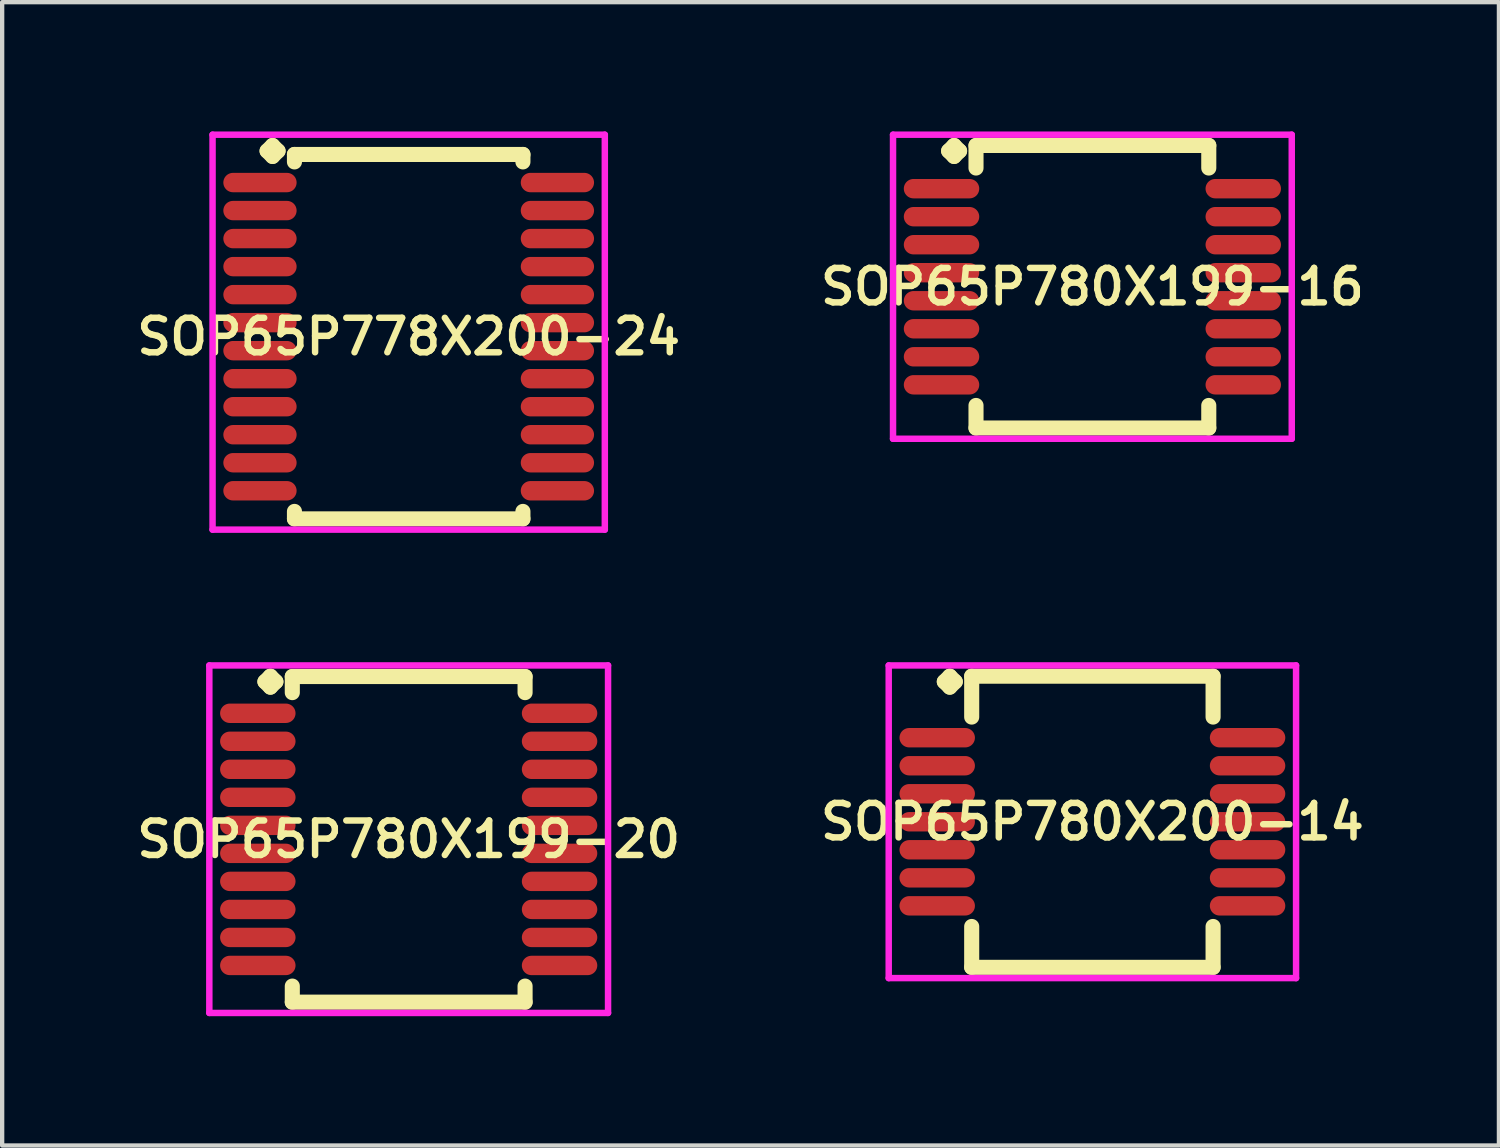
<source format=kicad_pcb>
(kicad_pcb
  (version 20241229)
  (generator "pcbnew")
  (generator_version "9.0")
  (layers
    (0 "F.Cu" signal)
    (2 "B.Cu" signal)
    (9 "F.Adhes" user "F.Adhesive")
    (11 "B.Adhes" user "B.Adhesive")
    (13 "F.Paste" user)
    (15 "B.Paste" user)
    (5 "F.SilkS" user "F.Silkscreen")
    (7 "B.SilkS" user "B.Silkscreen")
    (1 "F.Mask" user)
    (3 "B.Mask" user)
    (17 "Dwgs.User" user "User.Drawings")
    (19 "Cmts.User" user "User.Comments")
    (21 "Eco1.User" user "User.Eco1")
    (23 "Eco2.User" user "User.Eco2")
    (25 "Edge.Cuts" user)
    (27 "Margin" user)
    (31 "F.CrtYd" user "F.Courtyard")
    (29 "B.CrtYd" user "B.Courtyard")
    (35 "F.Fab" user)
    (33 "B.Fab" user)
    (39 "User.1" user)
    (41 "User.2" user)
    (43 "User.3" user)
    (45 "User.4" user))
  (footprint "SOP65P780X199-20"
    (layer "F.Cu")
    (at 6.431 16.422)
    (property "Reference" "SOP65P780X199-20" (at 0 0 0) (layer "F.SilkS") (effects (font (size 0.8 0.8) (thickness 0.15))))
    (attr smd)
    (fp_line (start -3.335 -3.658) (end -3.208 -3.785) (stroke (width 0.35) (type solid)) (layer "F.SilkS"))
    (fp_line (start -3.208 -3.785) (end -3.081 -3.658) (stroke (width 0.35) (type solid)) (layer "F.SilkS"))
    (fp_line (start -3.208 -3.531) (end -3.335 -3.658) (stroke (width 0.35) (type solid)) (layer "F.SilkS"))
    (fp_line (start -3.081 -3.658) (end -3.208 -3.531) (stroke (width 0.35) (type solid)) (layer "F.SilkS"))
    (fp_line (start -2.7 -3.777) (end 2.7 -3.777) (stroke (width 0.35) (type solid)) (layer "F.SilkS"))
    (fp_line (start -2.7 -3.404) (end -2.7 -3.777) (stroke (width 0.35) (type solid)) (layer "F.SilkS"))
    (fp_line (start -2.7 3.404) (end -2.7 3.777) (stroke (width 0.35) (type solid)) (layer "F.SilkS"))
    (fp_line (start -2.7 3.777) (end 2.7 3.777) (stroke (width 0.35) (type solid)) (layer "F.SilkS"))
    (fp_line (start 2.7 -3.777) (end 2.7 -3.404) (stroke (width 0.35) (type solid)) (layer "F.SilkS"))
    (fp_line (start 2.7 3.777) (end 2.7 3.404) (stroke (width 0.35) (type solid)) (layer "F.SilkS"))
    (fp_line (start -4.625 -4.035) (end 4.625 -4.035) (stroke (width 0.15) (type solid)) (layer "F.CrtYd"))
    (fp_line (start -4.625 4.027) (end -4.625 -4.035) (stroke (width 0.15) (type solid)) (layer "F.CrtYd"))
    (fp_line (start 4.625 -4.035) (end 4.625 4.027) (stroke (width 0.15) (type solid)) (layer "F.CrtYd"))
    (fp_line (start 4.625 4.027) (end -4.625 4.027) (stroke (width 0.15) (type solid)) (layer "F.CrtYd"))
    (pad "1" smd oval (at -3.5 -2.925) (size 1.75 0.45) (layers "F.Cu" "F.Mask" "F.Paste"))
    (pad "2" smd oval (at -3.5 -2.275) (size 1.75 0.45) (layers "F.Cu" "F.Mask" "F.Paste"))
    (pad "3" smd oval (at -3.5 -1.625) (size 1.75 0.45) (layers "F.Cu" "F.Mask" "F.Paste"))
    (pad "4" smd oval (at -3.5 -0.975) (size 1.75 0.45) (layers "F.Cu" "F.Mask" "F.Paste"))
    (pad "5" smd oval (at -3.5 -0.325) (size 1.75 0.45) (layers "F.Cu" "F.Mask" "F.Paste"))
    (pad "6" smd oval (at -3.5 0.325) (size 1.75 0.45) (layers "F.Cu" "F.Mask" "F.Paste"))
    (pad "7" smd oval (at -3.5 0.975) (size 1.75 0.45) (layers "F.Cu" "F.Mask" "F.Paste"))
    (pad "8" smd oval (at -3.5 1.625) (size 1.75 0.45) (layers "F.Cu" "F.Mask" "F.Paste"))
    (pad "9" smd oval (at -3.5 2.275) (size 1.75 0.45) (layers "F.Cu" "F.Mask" "F.Paste"))
    (pad "10" smd oval (at -3.5 2.925) (size 1.75 0.45) (layers "F.Cu" "F.Mask" "F.Paste"))
    (pad "11" smd oval (at 3.5 2.925) (size 1.75 0.45) (layers "F.Cu" "F.Mask" "F.Paste"))
    (pad "12" smd oval (at 3.5 2.275) (size 1.75 0.45) (layers "F.Cu" "F.Mask" "F.Paste"))
    (pad "13" smd oval (at 3.5 1.625) (size 1.75 0.45) (layers "F.Cu" "F.Mask" "F.Paste"))
    (pad "14" smd oval (at 3.5 0.975) (size 1.75 0.45) (layers "F.Cu" "F.Mask" "F.Paste"))
    (pad "15" smd oval (at 3.5 0.325) (size 1.75 0.45) (layers "F.Cu" "F.Mask" "F.Paste"))
    (pad "16" smd oval (at 3.5 -0.325) (size 1.75 0.45) (layers "F.Cu" "F.Mask" "F.Paste"))
    (pad "17" smd oval (at 3.5 -0.975) (size 1.75 0.45) (layers "F.Cu" "F.Mask" "F.Paste"))
    (pad "18" smd oval (at 3.5 -1.625) (size 1.75 0.45) (layers "F.Cu" "F.Mask" "F.Paste"))
    (pad "19" smd oval (at 3.5 -2.275) (size 1.75 0.45) (layers "F.Cu" "F.Mask" "F.Paste"))
    (pad "20" smd oval (at 3.5 -2.925) (size 1.75 0.45) (layers "F.Cu" "F.Mask" "F.Paste")))
  (footprint "SOP65P780X200-14"
    (layer "F.Cu")
    (at 22.292 16.014)
    (property "Reference" "SOP65P780X200-14" (at 0 0 0) (layer "F.SilkS") (effects (font (size 0.8 0.8) (thickness 0.15))))
    (attr through_hole)
    (fp_line (start -3.435 -3.25) (end -3.308 -3.377) (stroke (width 0.35) (type solid)) (layer "F.SilkS"))
    (fp_line (start -3.308 -3.377) (end -3.181 -3.25) (stroke (width 0.35) (type solid)) (layer "F.SilkS"))
    (fp_line (start -3.308 -3.123) (end -3.435 -3.25) (stroke (width 0.35) (type solid)) (layer "F.SilkS"))
    (fp_line (start -3.181 -3.25) (end -3.308 -3.123) (stroke (width 0.35) (type solid)) (layer "F.SilkS"))
    (fp_line (start -2.8 -3.377) (end 2.8 -3.377) (stroke (width 0.35) (type solid)) (layer "F.SilkS"))
    (fp_line (start -2.8 -2.429) (end -2.8 -3.377) (stroke (width 0.35) (type solid)) (layer "F.SilkS"))
    (fp_line (start -2.8 2.429) (end -2.8 3.377) (stroke (width 0.35) (type solid)) (layer "F.SilkS"))
    (fp_line (start -2.8 3.377) (end 2.8 3.377) (stroke (width 0.35) (type solid)) (layer "F.SilkS"))
    (fp_line (start 2.8 -3.377) (end 2.8 -2.429) (stroke (width 0.35) (type solid)) (layer "F.SilkS"))
    (fp_line (start 2.8 3.377) (end 2.8 2.429) (stroke (width 0.35) (type solid)) (layer "F.SilkS"))
    (fp_line (start -4.725 -3.627) (end 4.725 -3.627) (stroke (width 0.15) (type solid)) (layer "F.CrtYd"))
    (fp_line (start -4.725 3.627) (end -4.725 -3.627) (stroke (width 0.15) (type solid)) (layer "F.CrtYd"))
    (fp_line (start 4.725 -3.627) (end 4.725 3.627) (stroke (width 0.15) (type solid)) (layer "F.CrtYd"))
    (fp_line (start 4.725 3.627) (end -4.725 3.627) (stroke (width 0.15) (type solid)) (layer "F.CrtYd"))
    (pad "1" smd oval (at -3.6 -1.95) (size 1.75 0.45) (layers "F.Cu" "F.Mask" "F.Paste"))
    (pad "2" smd oval (at -3.6 -1.3) (size 1.75 0.45) (layers "F.Cu" "F.Mask" "F.Paste"))
    (pad "3" smd oval (at -3.6 -0.65) (size 1.75 0.45) (layers "F.Cu" "F.Mask" "F.Paste"))
    (pad "4" smd oval (at -3.6 0) (size 1.75 0.45) (layers "F.Cu" "F.Mask" "F.Paste"))
    (pad "5" smd oval (at -3.6 0.65) (size 1.75 0.45) (layers "F.Cu" "F.Mask" "F.Paste"))
    (pad "6" smd oval (at -3.6 1.3) (size 1.75 0.45) (layers "F.Cu" "F.Mask" "F.Paste"))
    (pad "7" smd oval (at -3.6 1.95) (size 1.75 0.45) (layers "F.Cu" "F.Mask" "F.Paste"))
    (pad "8" smd oval (at 3.6 1.95) (size 1.75 0.45) (layers "F.Cu" "F.Mask" "F.Paste"))
    (pad "9" smd oval (at 3.6 1.3) (size 1.75 0.45) (layers "F.Cu" "F.Mask" "F.Paste"))
    (pad "10" smd oval (at 3.6 0.65) (size 1.75 0.45) (layers "F.Cu" "F.Mask" "F.Paste"))
    (pad "11" smd oval (at 3.6 0) (size 1.75 0.45) (layers "F.Cu" "F.Mask" "F.Paste"))
    (pad "12" smd oval (at 3.6 -0.65) (size 1.75 0.45) (layers "F.Cu" "F.Mask" "F.Paste"))
    (pad "13" smd oval (at 3.6 -1.3) (size 1.75 0.45) (layers "F.Cu" "F.Mask" "F.Paste"))
    (pad "14" smd oval (at 3.6 -1.95) (size 1.75 0.45) (layers "F.Cu" "F.Mask" "F.Paste")))
  (footprint "SOP65P778X200-24"
    (layer "F.Cu")
    (at 6.431 4.76)
    (property "Reference" "SOP65P778X200-24" (at 0 0 0) (layer "F.SilkS") (effects (font (size 0.8 0.8) (thickness 0.15))))
    (attr smd)
    (fp_line (start -3.285 -4.308) (end -3.158 -4.435) (stroke (width 0.35) (type solid)) (layer "F.SilkS"))
    (fp_line (start -3.158 -4.435) (end -3.031 -4.308) (stroke (width 0.35) (type solid)) (layer "F.SilkS"))
    (fp_line (start -3.158 -4.181) (end -3.285 -4.308) (stroke (width 0.35) (type solid)) (layer "F.SilkS"))
    (fp_line (start -3.031 -4.308) (end -3.158 -4.181) (stroke (width 0.35) (type solid)) (layer "F.SilkS"))
    (fp_line (start -2.65 -4.227) (end 2.65 -4.227) (stroke (width 0.35) (type solid)) (layer "F.SilkS"))
    (fp_line (start -2.65 -4.054) (end -2.65 -4.227) (stroke (width 0.35) (type solid)) (layer "F.SilkS"))
    (fp_line (start -2.65 4.054) (end -2.65 4.227) (stroke (width 0.35) (type solid)) (layer "F.SilkS"))
    (fp_line (start -2.65 4.227) (end 2.65 4.227) (stroke (width 0.35) (type solid)) (layer "F.SilkS"))
    (fp_line (start 2.65 -4.227) (end 2.65 -4.054) (stroke (width 0.35) (type solid)) (layer "F.SilkS"))
    (fp_line (start 2.65 4.227) (end 2.65 4.054) (stroke (width 0.35) (type solid)) (layer "F.SilkS"))
    (fp_line (start -4.55 -4.685) (end 4.55 -4.685) (stroke (width 0.15) (type solid)) (layer "F.CrtYd"))
    (fp_line (start -4.55 4.477) (end -4.55 -4.685) (stroke (width 0.15) (type solid)) (layer "F.CrtYd"))
    (fp_line (start 4.55 -4.685) (end 4.55 4.477) (stroke (width 0.15) (type solid)) (layer "F.CrtYd"))
    (fp_line (start 4.55 4.477) (end -4.55 4.477) (stroke (width 0.15) (type solid)) (layer "F.CrtYd"))
    (pad "1" smd oval (at -3.45 -3.575) (size 1.7 0.45) (layers "F.Cu" "F.Mask" "F.Paste"))
    (pad "2" smd oval (at -3.45 -2.925) (size 1.7 0.45) (layers "F.Cu" "F.Mask" "F.Paste"))
    (pad "3" smd oval (at -3.45 -2.275) (size 1.7 0.45) (layers "F.Cu" "F.Mask" "F.Paste"))
    (pad "4" smd oval (at -3.45 -1.625) (size 1.7 0.45) (layers "F.Cu" "F.Mask" "F.Paste"))
    (pad "5" smd oval (at -3.45 -0.975) (size 1.7 0.45) (layers "F.Cu" "F.Mask" "F.Paste"))
    (pad "6" smd oval (at -3.45 -0.325) (size 1.7 0.45) (layers "F.Cu" "F.Mask" "F.Paste"))
    (pad "7" smd oval (at -3.45 0.325) (size 1.7 0.45) (layers "F.Cu" "F.Mask" "F.Paste"))
    (pad "8" smd oval (at -3.45 0.975) (size 1.7 0.45) (layers "F.Cu" "F.Mask" "F.Paste"))
    (pad "9" smd oval (at -3.45 1.625) (size 1.7 0.45) (layers "F.Cu" "F.Mask" "F.Paste"))
    (pad "10" smd oval (at -3.45 2.275) (size 1.7 0.45) (layers "F.Cu" "F.Mask" "F.Paste"))
    (pad "11" smd oval (at -3.45 2.925) (size 1.7 0.45) (layers "F.Cu" "F.Mask" "F.Paste"))
    (pad "12" smd oval (at -3.45 3.575) (size 1.7 0.45) (layers "F.Cu" "F.Mask" "F.Paste"))
    (pad "13" smd oval (at 3.45 3.575) (size 1.7 0.45) (layers "F.Cu" "F.Mask" "F.Paste"))
    (pad "14" smd oval (at 3.45 2.925) (size 1.7 0.45) (layers "F.Cu" "F.Mask" "F.Paste"))
    (pad "15" smd oval (at 3.45 2.275) (size 1.7 0.45) (layers "F.Cu" "F.Mask" "F.Paste"))
    (pad "16" smd oval (at 3.45 1.625) (size 1.7 0.45) (layers "F.Cu" "F.Mask" "F.Paste"))
    (pad "17" smd oval (at 3.45 0.975) (size 1.7 0.45) (layers "F.Cu" "F.Mask" "F.Paste"))
    (pad "18" smd oval (at 3.45 0.325) (size 1.7 0.45) (layers "F.Cu" "F.Mask" "F.Paste"))
    (pad "19" smd oval (at 3.45 -0.325) (size 1.7 0.45) (layers "F.Cu" "F.Mask" "F.Paste"))
    (pad "20" smd oval (at 3.45 -0.975) (size 1.7 0.45) (layers "F.Cu" "F.Mask" "F.Paste"))
    (pad "21" smd oval (at 3.45 -1.625) (size 1.7 0.45) (layers "F.Cu" "F.Mask" "F.Paste"))
    (pad "22" smd oval (at 3.45 -2.275) (size 1.7 0.45) (layers "F.Cu" "F.Mask" "F.Paste"))
    (pad "23" smd oval (at 3.45 -2.925) (size 1.7 0.45) (layers "F.Cu" "F.Mask" "F.Paste"))
    (pad "24" smd oval (at 3.45 -3.575) (size 1.7 0.45) (layers "F.Cu" "F.Mask" "F.Paste")))
  (footprint "SOP65P780X199-16"
    (layer "F.Cu")
    (at 22.292 3.602)
    (property "Reference" "SOP65P780X199-16" (at 0 0 0) (layer "F.SilkS") (effects (font (size 0.8 0.8) (thickness 0.15))))
    (attr smd)
    (fp_line (start -3.335 -3.15) (end -3.208 -3.277) (stroke (width 0.35) (type solid)) (layer "F.SilkS"))
    (fp_line (start -3.208 -3.277) (end -3.081 -3.15) (stroke (width 0.35) (type solid)) (layer "F.SilkS"))
    (fp_line (start -3.208 -3.023) (end -3.335 -3.15) (stroke (width 0.35) (type solid)) (layer "F.SilkS"))
    (fp_line (start -3.081 -3.15) (end -3.208 -3.023) (stroke (width 0.35) (type solid)) (layer "F.SilkS"))
    (fp_line (start -2.7 -3.277) (end 2.7 -3.277) (stroke (width 0.35) (type solid)) (layer "F.SilkS"))
    (fp_line (start -2.7 -2.754) (end -2.7 -3.277) (stroke (width 0.35) (type solid)) (layer "F.SilkS"))
    (fp_line (start -2.7 2.754) (end -2.7 3.277) (stroke (width 0.35) (type solid)) (layer "F.SilkS"))
    (fp_line (start -2.7 3.277) (end 2.7 3.277) (stroke (width 0.35) (type solid)) (layer "F.SilkS"))
    (fp_line (start 2.7 -3.277) (end 2.7 -2.754) (stroke (width 0.35) (type solid)) (layer "F.SilkS"))
    (fp_line (start 2.7 3.277) (end 2.7 2.754) (stroke (width 0.35) (type solid)) (layer "F.SilkS"))
    (fp_line (start -4.625 -3.527) (end 4.625 -3.527) (stroke (width 0.15) (type solid)) (layer "F.CrtYd"))
    (fp_line (start -4.625 3.527) (end -4.625 -3.527) (stroke (width 0.15) (type solid)) (layer "F.CrtYd"))
    (fp_line (start 4.625 -3.527) (end 4.625 3.527) (stroke (width 0.15) (type solid)) (layer "F.CrtYd"))
    (fp_line (start 4.625 3.527) (end -4.625 3.527) (stroke (width 0.15) (type solid)) (layer "F.CrtYd"))
    (pad "1" smd oval (at -3.5 -2.275) (size 1.75 0.45) (layers "F.Cu" "F.Mask" "F.Paste"))
    (pad "2" smd oval (at -3.5 -1.625) (size 1.75 0.45) (layers "F.Cu" "F.Mask" "F.Paste"))
    (pad "3" smd oval (at -3.5 -0.975) (size 1.75 0.45) (layers "F.Cu" "F.Mask" "F.Paste"))
    (pad "4" smd oval (at -3.5 -0.325) (size 1.75 0.45) (layers "F.Cu" "F.Mask" "F.Paste"))
    (pad "5" smd oval (at -3.5 0.325) (size 1.75 0.45) (layers "F.Cu" "F.Mask" "F.Paste"))
    (pad "6" smd oval (at -3.5 0.975) (size 1.75 0.45) (layers "F.Cu" "F.Mask" "F.Paste"))
    (pad "7" smd oval (at -3.5 1.625) (size 1.75 0.45) (layers "F.Cu" "F.Mask" "F.Paste"))
    (pad "8" smd oval (at -3.5 2.275) (size 1.75 0.45) (layers "F.Cu" "F.Mask" "F.Paste"))
    (pad "9" smd oval (at 3.5 2.275) (size 1.75 0.45) (layers "F.Cu" "F.Mask" "F.Paste"))
    (pad "10" smd oval (at 3.5 1.625) (size 1.75 0.45) (layers "F.Cu" "F.Mask" "F.Paste"))
    (pad "11" smd oval (at 3.5 0.975) (size 1.75 0.45) (layers "F.Cu" "F.Mask" "F.Paste"))
    (pad "12" smd oval (at 3.5 0.325) (size 1.75 0.45) (layers "F.Cu" "F.Mask" "F.Paste"))
    (pad "13" smd oval (at 3.5 -0.325) (size 1.75 0.45) (layers "F.Cu" "F.Mask" "F.Paste"))
    (pad "14" smd oval (at 3.5 -0.975) (size 1.75 0.45) (layers "F.Cu" "F.Mask" "F.Paste"))
    (pad "15" smd oval (at 3.5 -1.625) (size 1.75 0.45) (layers "F.Cu" "F.Mask" "F.Paste"))
    (pad "16" smd oval (at 3.5 -2.275) (size 1.75 0.45) (layers "F.Cu" "F.Mask" "F.Paste")))
  (gr_rect
    (start -3 -3)
    (end 31.723 23.524)
    (stroke (width 0.1) (type default))
    (fill no)
    (layer "Edge.Cuts")))
</source>
